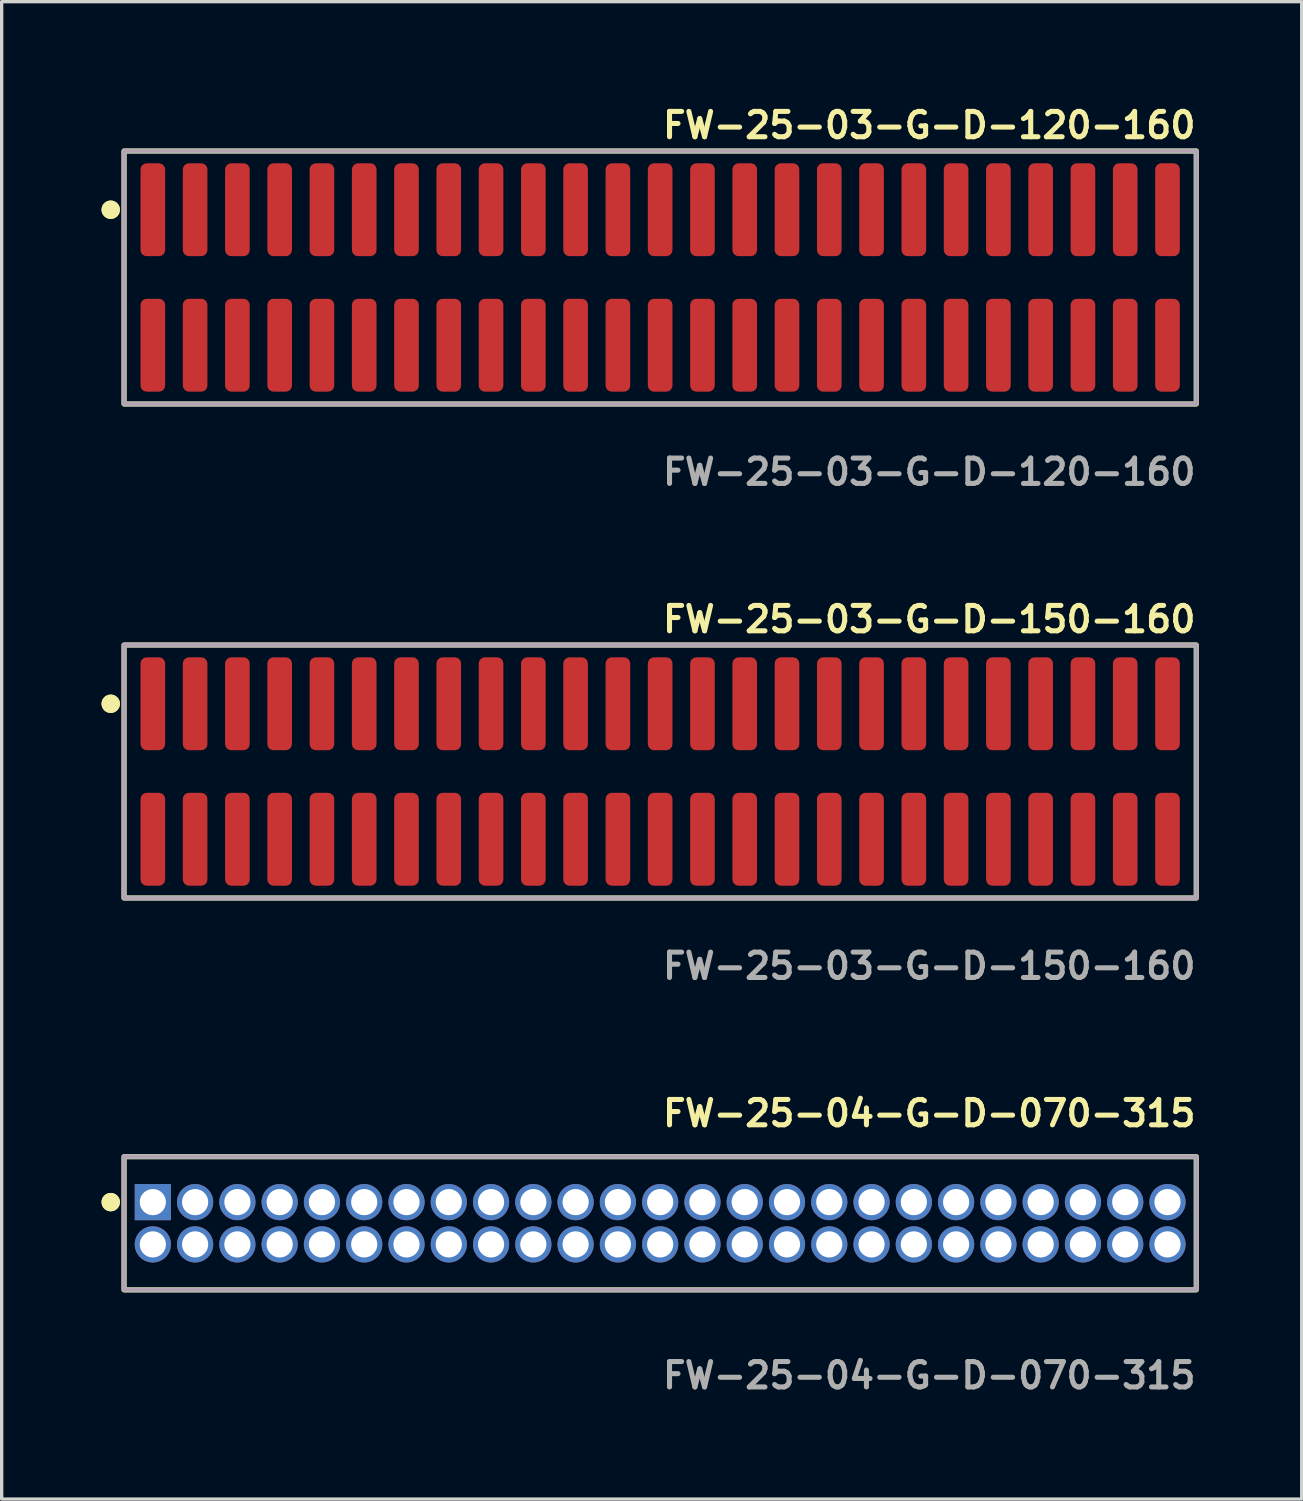
<source format=kicad_pcb>
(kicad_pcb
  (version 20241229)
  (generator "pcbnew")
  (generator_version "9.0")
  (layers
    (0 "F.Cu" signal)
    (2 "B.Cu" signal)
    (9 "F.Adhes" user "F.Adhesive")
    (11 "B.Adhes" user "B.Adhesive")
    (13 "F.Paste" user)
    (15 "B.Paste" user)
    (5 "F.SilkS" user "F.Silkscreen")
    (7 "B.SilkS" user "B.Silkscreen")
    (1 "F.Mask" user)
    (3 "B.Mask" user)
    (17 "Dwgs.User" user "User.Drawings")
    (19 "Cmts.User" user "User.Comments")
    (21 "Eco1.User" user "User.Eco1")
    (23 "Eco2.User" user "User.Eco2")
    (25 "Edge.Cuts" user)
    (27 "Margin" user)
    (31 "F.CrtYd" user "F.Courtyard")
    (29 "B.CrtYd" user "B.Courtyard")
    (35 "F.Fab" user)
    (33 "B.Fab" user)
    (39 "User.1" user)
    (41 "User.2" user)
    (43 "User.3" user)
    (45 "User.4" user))
  (footprint "FW-25-03-G-D-150-160"
    (layer "F.Cu")
    (at 16.781 20.126)
    (property "Reference" "FW-25-03-G-D-150-160" (at 0 -4.572 0) (unlocked yes) (layer "F.SilkS") (effects (font (size 0.762 0.762) (thickness 0.152)) (justify left)))
    (fp_rect (start -16.105 3.8) (end 16.105 -3.8) (stroke (width 0.152) (type solid)) (fill no) (layer "F.SilkS"))
    (fp_circle (center -16.505 -2.035) (end -16.705 -2.035) (stroke (width 0.152) (type solid)) (fill yes) (layer "F.SilkS"))
    (fp_circle (center -16.505 -2.035) (end -16.705 -2.035) (stroke (width 0.152) (type solid)) (fill yes) (layer "F.SilkS"))
    (fp_rect (start -16.105 3.8) (end 16.105 -3.8) (stroke (width 0.006) (type solid)) (fill no) (layer "F.CrtYd"))
    (fp_rect (start -16.105 3.8) (end 16.105 -3.8) (stroke (width 0.152) (type solid)) (fill no) (layer "F.Fab"))
    (fp_text user "${REFERENCE}" (at 0 5.842 0) (unlocked yes) (layer "F.Fab") (effects (font (size 0.762 0.762) (thickness 0.152)) (justify left)))
    (pad "1" smd roundrect (at -15.24 -2.035) (size 0.74 2.79) (layers "F.Cu" "F.Paste") (roundrect_rratio 0.25))
    (pad "2" smd roundrect (at -15.24 2.035) (size 0.74 2.79) (layers "F.Cu" "F.Paste") (roundrect_rratio 0.25))
    (pad "3" smd roundrect (at -13.97 -2.035) (size 0.74 2.79) (layers "F.Cu" "F.Paste") (roundrect_rratio 0.25))
    (pad "4" smd roundrect (at -13.97 2.035) (size 0.74 2.79) (layers "F.Cu" "F.Paste") (roundrect_rratio 0.25))
    (pad "5" smd roundrect (at -12.7 -2.035) (size 0.74 2.79) (layers "F.Cu" "F.Paste") (roundrect_rratio 0.25))
    (pad "6" smd roundrect (at -12.7 2.035) (size 0.74 2.79) (layers "F.Cu" "F.Paste") (roundrect_rratio 0.25))
    (pad "7" smd roundrect (at -11.43 -2.035) (size 0.74 2.79) (layers "F.Cu" "F.Paste") (roundrect_rratio 0.25))
    (pad "8" smd roundrect (at -11.43 2.035) (size 0.74 2.79) (layers "F.Cu" "F.Paste") (roundrect_rratio 0.25))
    (pad "9" smd roundrect (at -10.16 -2.035) (size 0.74 2.79) (layers "F.Cu" "F.Paste") (roundrect_rratio 0.25))
    (pad "10" smd roundrect (at -10.16 2.035) (size 0.74 2.79) (layers "F.Cu" "F.Paste") (roundrect_rratio 0.25))
    (pad "11" smd roundrect (at -8.89 -2.035) (size 0.74 2.79) (layers "F.Cu" "F.Paste") (roundrect_rratio 0.25))
    (pad "12" smd roundrect (at -8.89 2.035) (size 0.74 2.79) (layers "F.Cu" "F.Paste") (roundrect_rratio 0.25))
    (pad "13" smd roundrect (at -7.62 -2.035) (size 0.74 2.79) (layers "F.Cu" "F.Paste") (roundrect_rratio 0.25))
    (pad "14" smd roundrect (at -7.62 2.035) (size 0.74 2.79) (layers "F.Cu" "F.Paste") (roundrect_rratio 0.25))
    (pad "15" smd roundrect (at -6.35 -2.035) (size 0.74 2.79) (layers "F.Cu" "F.Paste") (roundrect_rratio 0.25))
    (pad "16" smd roundrect (at -6.35 2.035) (size 0.74 2.79) (layers "F.Cu" "F.Paste") (roundrect_rratio 0.25))
    (pad "17" smd roundrect (at -5.08 -2.035) (size 0.74 2.79) (layers "F.Cu" "F.Paste") (roundrect_rratio 0.25))
    (pad "18" smd roundrect (at -5.08 2.035) (size 0.74 2.79) (layers "F.Cu" "F.Paste") (roundrect_rratio 0.25))
    (pad "19" smd roundrect (at -3.81 -2.035) (size 0.74 2.79) (layers "F.Cu" "F.Paste") (roundrect_rratio 0.25))
    (pad "20" smd roundrect (at -3.81 2.035) (size 0.74 2.79) (layers "F.Cu" "F.Paste") (roundrect_rratio 0.25))
    (pad "21" smd roundrect (at -2.54 -2.035) (size 0.74 2.79) (layers "F.Cu" "F.Paste") (roundrect_rratio 0.25))
    (pad "22" smd roundrect (at -2.54 2.035) (size 0.74 2.79) (layers "F.Cu" "F.Paste") (roundrect_rratio 0.25))
    (pad "23" smd roundrect (at -1.27 -2.035) (size 0.74 2.79) (layers "F.Cu" "F.Paste") (roundrect_rratio 0.25))
    (pad "24" smd roundrect (at -1.27 2.035) (size 0.74 2.79) (layers "F.Cu" "F.Paste") (roundrect_rratio 0.25))
    (pad "25" smd roundrect (at 0 -2.035) (size 0.74 2.79) (layers "F.Cu" "F.Paste") (roundrect_rratio 0.25))
    (pad "26" smd roundrect (at 0 2.035) (size 0.74 2.79) (layers "F.Cu" "F.Paste") (roundrect_rratio 0.25))
    (pad "27" smd roundrect (at 1.27 -2.035) (size 0.74 2.79) (layers "F.Cu" "F.Paste") (roundrect_rratio 0.25))
    (pad "28" smd roundrect (at 1.27 2.035) (size 0.74 2.79) (layers "F.Cu" "F.Paste") (roundrect_rratio 0.25))
    (pad "29" smd roundrect (at 2.54 -2.035) (size 0.74 2.79) (layers "F.Cu" "F.Paste") (roundrect_rratio 0.25))
    (pad "30" smd roundrect (at 2.54 2.035) (size 0.74 2.79) (layers "F.Cu" "F.Paste") (roundrect_rratio 0.25))
    (pad "31" smd roundrect (at 3.81 -2.035) (size 0.74 2.79) (layers "F.Cu" "F.Paste") (roundrect_rratio 0.25))
    (pad "32" smd roundrect (at 3.81 2.035) (size 0.74 2.79) (layers "F.Cu" "F.Paste") (roundrect_rratio 0.25))
    (pad "33" smd roundrect (at 5.08 -2.035) (size 0.74 2.79) (layers "F.Cu" "F.Paste") (roundrect_rratio 0.25))
    (pad "34" smd roundrect (at 5.08 2.035) (size 0.74 2.79) (layers "F.Cu" "F.Paste") (roundrect_rratio 0.25))
    (pad "35" smd roundrect (at 6.35 -2.035) (size 0.74 2.79) (layers "F.Cu" "F.Paste") (roundrect_rratio 0.25))
    (pad "36" smd roundrect (at 6.35 2.035) (size 0.74 2.79) (layers "F.Cu" "F.Paste") (roundrect_rratio 0.25))
    (pad "37" smd roundrect (at 7.62 -2.035) (size 0.74 2.79) (layers "F.Cu" "F.Paste") (roundrect_rratio 0.25))
    (pad "38" smd roundrect (at 7.62 2.035) (size 0.74 2.79) (layers "F.Cu" "F.Paste") (roundrect_rratio 0.25))
    (pad "39" smd roundrect (at 8.89 -2.035) (size 0.74 2.79) (layers "F.Cu" "F.Paste") (roundrect_rratio 0.25))
    (pad "40" smd roundrect (at 8.89 2.035) (size 0.74 2.79) (layers "F.Cu" "F.Paste") (roundrect_rratio 0.25))
    (pad "41" smd roundrect (at 10.16 -2.035) (size 0.74 2.79) (layers "F.Cu" "F.Paste") (roundrect_rratio 0.25))
    (pad "42" smd roundrect (at 10.16 2.035) (size 0.74 2.79) (layers "F.Cu" "F.Paste") (roundrect_rratio 0.25))
    (pad "43" smd roundrect (at 11.43 -2.035) (size 0.74 2.79) (layers "F.Cu" "F.Paste") (roundrect_rratio 0.25))
    (pad "44" smd roundrect (at 11.43 2.035) (size 0.74 2.79) (layers "F.Cu" "F.Paste") (roundrect_rratio 0.25))
    (pad "45" smd roundrect (at 12.7 -2.035) (size 0.74 2.79) (layers "F.Cu" "F.Paste") (roundrect_rratio 0.25))
    (pad "46" smd roundrect (at 12.7 2.035) (size 0.74 2.79) (layers "F.Cu" "F.Paste") (roundrect_rratio 0.25))
    (pad "47" smd roundrect (at 13.97 -2.035) (size 0.74 2.79) (layers "F.Cu" "F.Paste") (roundrect_rratio 0.25))
    (pad "48" smd roundrect (at 13.97 2.035) (size 0.74 2.79) (layers "F.Cu" "F.Paste") (roundrect_rratio 0.25))
    (pad "49" smd roundrect (at 15.24 -2.035) (size 0.74 2.79) (layers "F.Cu" "F.Paste") (roundrect_rratio 0.25))
    (pad "50" smd roundrect (at 15.24 2.035) (size 0.74 2.79) (layers "F.Cu" "F.Paste") (roundrect_rratio 0.25)))
  (footprint "FW-25-03-G-D-120-160"
    (layer "F.Cu")
    (at 16.781 5.285)
    (property "Reference" "FW-25-03-G-D-120-160" (at 0 -4.572 0) (unlocked yes) (layer "F.SilkS") (effects (font (size 0.762 0.762) (thickness 0.152)) (justify left)))
    (fp_rect (start -16.105 3.8) (end 16.105 -3.8) (stroke (width 0.152) (type solid)) (fill no) (layer "F.SilkS"))
    (fp_circle (center -16.505 -2.035) (end -16.705 -2.035) (stroke (width 0.152) (type solid)) (fill yes) (layer "F.SilkS"))
    (fp_circle (center -16.505 -2.035) (end -16.705 -2.035) (stroke (width 0.152) (type solid)) (fill yes) (layer "F.SilkS"))
    (fp_rect (start -16.105 3.8) (end 16.105 -3.8) (stroke (width 0.006) (type solid)) (fill no) (layer "F.CrtYd"))
    (fp_rect (start -16.105 3.8) (end 16.105 -3.8) (stroke (width 0.152) (type solid)) (fill no) (layer "F.Fab"))
    (fp_text user "${REFERENCE}" (at 0 5.842 0) (unlocked yes) (layer "F.Fab") (effects (font (size 0.762 0.762) (thickness 0.152)) (justify left)))
    (pad "1" smd roundrect (at -15.24 -2.035) (size 0.74 2.79) (layers "F.Cu" "F.Paste") (roundrect_rratio 0.25))
    (pad "2" smd roundrect (at -15.24 2.035) (size 0.74 2.79) (layers "F.Cu" "F.Paste") (roundrect_rratio 0.25))
    (pad "3" smd roundrect (at -13.97 -2.035) (size 0.74 2.79) (layers "F.Cu" "F.Paste") (roundrect_rratio 0.25))
    (pad "4" smd roundrect (at -13.97 2.035) (size 0.74 2.79) (layers "F.Cu" "F.Paste") (roundrect_rratio 0.25))
    (pad "5" smd roundrect (at -12.7 -2.035) (size 0.74 2.79) (layers "F.Cu" "F.Paste") (roundrect_rratio 0.25))
    (pad "6" smd roundrect (at -12.7 2.035) (size 0.74 2.79) (layers "F.Cu" "F.Paste") (roundrect_rratio 0.25))
    (pad "7" smd roundrect (at -11.43 -2.035) (size 0.74 2.79) (layers "F.Cu" "F.Paste") (roundrect_rratio 0.25))
    (pad "8" smd roundrect (at -11.43 2.035) (size 0.74 2.79) (layers "F.Cu" "F.Paste") (roundrect_rratio 0.25))
    (pad "9" smd roundrect (at -10.16 -2.035) (size 0.74 2.79) (layers "F.Cu" "F.Paste") (roundrect_rratio 0.25))
    (pad "10" smd roundrect (at -10.16 2.035) (size 0.74 2.79) (layers "F.Cu" "F.Paste") (roundrect_rratio 0.25))
    (pad "11" smd roundrect (at -8.89 -2.035) (size 0.74 2.79) (layers "F.Cu" "F.Paste") (roundrect_rratio 0.25))
    (pad "12" smd roundrect (at -8.89 2.035) (size 0.74 2.79) (layers "F.Cu" "F.Paste") (roundrect_rratio 0.25))
    (pad "13" smd roundrect (at -7.62 -2.035) (size 0.74 2.79) (layers "F.Cu" "F.Paste") (roundrect_rratio 0.25))
    (pad "14" smd roundrect (at -7.62 2.035) (size 0.74 2.79) (layers "F.Cu" "F.Paste") (roundrect_rratio 0.25))
    (pad "15" smd roundrect (at -6.35 -2.035) (size 0.74 2.79) (layers "F.Cu" "F.Paste") (roundrect_rratio 0.25))
    (pad "16" smd roundrect (at -6.35 2.035) (size 0.74 2.79) (layers "F.Cu" "F.Paste") (roundrect_rratio 0.25))
    (pad "17" smd roundrect (at -5.08 -2.035) (size 0.74 2.79) (layers "F.Cu" "F.Paste") (roundrect_rratio 0.25))
    (pad "18" smd roundrect (at -5.08 2.035) (size 0.74 2.79) (layers "F.Cu" "F.Paste") (roundrect_rratio 0.25))
    (pad "19" smd roundrect (at -3.81 -2.035) (size 0.74 2.79) (layers "F.Cu" "F.Paste") (roundrect_rratio 0.25))
    (pad "20" smd roundrect (at -3.81 2.035) (size 0.74 2.79) (layers "F.Cu" "F.Paste") (roundrect_rratio 0.25))
    (pad "21" smd roundrect (at -2.54 -2.035) (size 0.74 2.79) (layers "F.Cu" "F.Paste") (roundrect_rratio 0.25))
    (pad "22" smd roundrect (at -2.54 2.035) (size 0.74 2.79) (layers "F.Cu" "F.Paste") (roundrect_rratio 0.25))
    (pad "23" smd roundrect (at -1.27 -2.035) (size 0.74 2.79) (layers "F.Cu" "F.Paste") (roundrect_rratio 0.25))
    (pad "24" smd roundrect (at -1.27 2.035) (size 0.74 2.79) (layers "F.Cu" "F.Paste") (roundrect_rratio 0.25))
    (pad "25" smd roundrect (at 0 -2.035) (size 0.74 2.79) (layers "F.Cu" "F.Paste") (roundrect_rratio 0.25))
    (pad "26" smd roundrect (at 0 2.035) (size 0.74 2.79) (layers "F.Cu" "F.Paste") (roundrect_rratio 0.25))
    (pad "27" smd roundrect (at 1.27 -2.035) (size 0.74 2.79) (layers "F.Cu" "F.Paste") (roundrect_rratio 0.25))
    (pad "28" smd roundrect (at 1.27 2.035) (size 0.74 2.79) (layers "F.Cu" "F.Paste") (roundrect_rratio 0.25))
    (pad "29" smd roundrect (at 2.54 -2.035) (size 0.74 2.79) (layers "F.Cu" "F.Paste") (roundrect_rratio 0.25))
    (pad "30" smd roundrect (at 2.54 2.035) (size 0.74 2.79) (layers "F.Cu" "F.Paste") (roundrect_rratio 0.25))
    (pad "31" smd roundrect (at 3.81 -2.035) (size 0.74 2.79) (layers "F.Cu" "F.Paste") (roundrect_rratio 0.25))
    (pad "32" smd roundrect (at 3.81 2.035) (size 0.74 2.79) (layers "F.Cu" "F.Paste") (roundrect_rratio 0.25))
    (pad "33" smd roundrect (at 5.08 -2.035) (size 0.74 2.79) (layers "F.Cu" "F.Paste") (roundrect_rratio 0.25))
    (pad "34" smd roundrect (at 5.08 2.035) (size 0.74 2.79) (layers "F.Cu" "F.Paste") (roundrect_rratio 0.25))
    (pad "35" smd roundrect (at 6.35 -2.035) (size 0.74 2.79) (layers "F.Cu" "F.Paste") (roundrect_rratio 0.25))
    (pad "36" smd roundrect (at 6.35 2.035) (size 0.74 2.79) (layers "F.Cu" "F.Paste") (roundrect_rratio 0.25))
    (pad "37" smd roundrect (at 7.62 -2.035) (size 0.74 2.79) (layers "F.Cu" "F.Paste") (roundrect_rratio 0.25))
    (pad "38" smd roundrect (at 7.62 2.035) (size 0.74 2.79) (layers "F.Cu" "F.Paste") (roundrect_rratio 0.25))
    (pad "39" smd roundrect (at 8.89 -2.035) (size 0.74 2.79) (layers "F.Cu" "F.Paste") (roundrect_rratio 0.25))
    (pad "40" smd roundrect (at 8.89 2.035) (size 0.74 2.79) (layers "F.Cu" "F.Paste") (roundrect_rratio 0.25))
    (pad "41" smd roundrect (at 10.16 -2.035) (size 0.74 2.79) (layers "F.Cu" "F.Paste") (roundrect_rratio 0.25))
    (pad "42" smd roundrect (at 10.16 2.035) (size 0.74 2.79) (layers "F.Cu" "F.Paste") (roundrect_rratio 0.25))
    (pad "43" smd roundrect (at 11.43 -2.035) (size 0.74 2.79) (layers "F.Cu" "F.Paste") (roundrect_rratio 0.25))
    (pad "44" smd roundrect (at 11.43 2.035) (size 0.74 2.79) (layers "F.Cu" "F.Paste") (roundrect_rratio 0.25))
    (pad "45" smd roundrect (at 12.7 -2.035) (size 0.74 2.79) (layers "F.Cu" "F.Paste") (roundrect_rratio 0.25))
    (pad "46" smd roundrect (at 12.7 2.035) (size 0.74 2.79) (layers "F.Cu" "F.Paste") (roundrect_rratio 0.25))
    (pad "47" smd roundrect (at 13.97 -2.035) (size 0.74 2.79) (layers "F.Cu" "F.Paste") (roundrect_rratio 0.25))
    (pad "48" smd roundrect (at 13.97 2.035) (size 0.74 2.79) (layers "F.Cu" "F.Paste") (roundrect_rratio 0.25))
    (pad "49" smd roundrect (at 15.24 -2.035) (size 0.74 2.79) (layers "F.Cu" "F.Paste") (roundrect_rratio 0.25))
    (pad "50" smd roundrect (at 15.24 2.035) (size 0.74 2.79) (layers "F.Cu" "F.Paste") (roundrect_rratio 0.25)))
  (footprint "FW-25-04-G-D-070-315"
    (layer "F.Cu")
    (at 16.781 33.696)
    (property "Reference" "FW-25-04-G-D-070-315" (at 0 -3.302 0) (unlocked yes) (layer "F.SilkS") (effects (font (size 0.762 0.762) (thickness 0.152)) (justify left)))
    (fp_rect (start -16.105 2) (end 16.105 -2) (stroke (width 0.152) (type solid)) (fill no) (layer "F.SilkS"))
    (fp_circle (center -16.505 -0.635) (end -16.705 -0.635) (stroke (width 0.152) (type solid)) (fill yes) (layer "F.SilkS"))
    (fp_circle (center -16.505 -0.635) (end -16.705 -0.635) (stroke (width 0.152) (type solid)) (fill yes) (layer "F.SilkS"))
    (fp_rect (start -16.105 2) (end 16.105 -2) (stroke (width 0.006) (type solid)) (fill no) (layer "F.CrtYd"))
    (fp_rect (start -16.105 2) (end 16.105 -2) (stroke (width 0.152) (type solid)) (fill no) (layer "F.Fab"))
    (fp_text user "${REFERENCE}" (at 0 4.572 0) (unlocked yes) (layer "F.Fab") (effects (font (size 0.762 0.762) (thickness 0.152)) (justify left)))
    (pad "1" thru_hole rect (at -15.24 -0.635) (size 1.087 1.087) (drill 0.787) (layers "*.Cu" "*.Mask"))
    (pad "2" thru_hole circle (at -15.24 0.635) (size 1.087 1.087) (drill 0.787) (layers "*.Cu" "*.Mask"))
    (pad "3" thru_hole circle (at -13.97 -0.635) (size 1.087 1.087) (drill 0.787) (layers "*.Cu" "*.Mask"))
    (pad "4" thru_hole circle (at -13.97 0.635) (size 1.087 1.087) (drill 0.787) (layers "*.Cu" "*.Mask"))
    (pad "5" thru_hole circle (at -12.7 -0.635) (size 1.087 1.087) (drill 0.787) (layers "*.Cu" "*.Mask"))
    (pad "6" thru_hole circle (at -12.7 0.635) (size 1.087 1.087) (drill 0.787) (layers "*.Cu" "*.Mask"))
    (pad "7" thru_hole circle (at -11.43 -0.635) (size 1.087 1.087) (drill 0.787) (layers "*.Cu" "*.Mask"))
    (pad "8" thru_hole circle (at -11.43 0.635) (size 1.087 1.087) (drill 0.787) (layers "*.Cu" "*.Mask"))
    (pad "9" thru_hole circle (at -10.16 -0.635) (size 1.087 1.087) (drill 0.787) (layers "*.Cu" "*.Mask"))
    (pad "10" thru_hole circle (at -10.16 0.635) (size 1.087 1.087) (drill 0.787) (layers "*.Cu" "*.Mask"))
    (pad "11" thru_hole circle (at -8.89 -0.635) (size 1.087 1.087) (drill 0.787) (layers "*.Cu" "*.Mask"))
    (pad "12" thru_hole circle (at -8.89 0.635) (size 1.087 1.087) (drill 0.787) (layers "*.Cu" "*.Mask"))
    (pad "13" thru_hole circle (at -7.62 -0.635) (size 1.087 1.087) (drill 0.787) (layers "*.Cu" "*.Mask"))
    (pad "14" thru_hole circle (at -7.62 0.635) (size 1.087 1.087) (drill 0.787) (layers "*.Cu" "*.Mask"))
    (pad "15" thru_hole circle (at -6.35 -0.635) (size 1.087 1.087) (drill 0.787) (layers "*.Cu" "*.Mask"))
    (pad "16" thru_hole circle (at -6.35 0.635) (size 1.087 1.087) (drill 0.787) (layers "*.Cu" "*.Mask"))
    (pad "17" thru_hole circle (at -5.08 -0.635) (size 1.087 1.087) (drill 0.787) (layers "*.Cu" "*.Mask"))
    (pad "18" thru_hole circle (at -5.08 0.635) (size 1.087 1.087) (drill 0.787) (layers "*.Cu" "*.Mask"))
    (pad "19" thru_hole circle (at -3.81 -0.635) (size 1.087 1.087) (drill 0.787) (layers "*.Cu" "*.Mask"))
    (pad "20" thru_hole circle (at -3.81 0.635) (size 1.087 1.087) (drill 0.787) (layers "*.Cu" "*.Mask"))
    (pad "21" thru_hole circle (at -2.54 -0.635) (size 1.087 1.087) (drill 0.787) (layers "*.Cu" "*.Mask"))
    (pad "22" thru_hole circle (at -2.54 0.635) (size 1.087 1.087) (drill 0.787) (layers "*.Cu" "*.Mask"))
    (pad "23" thru_hole circle (at -1.27 -0.635) (size 1.087 1.087) (drill 0.787) (layers "*.Cu" "*.Mask"))
    (pad "24" thru_hole circle (at -1.27 0.635) (size 1.087 1.087) (drill 0.787) (layers "*.Cu" "*.Mask"))
    (pad "25" thru_hole circle (at 0 -0.635) (size 1.087 1.087) (drill 0.787) (layers "*.Cu" "*.Mask"))
    (pad "26" thru_hole circle (at 0 0.635) (size 1.087 1.087) (drill 0.787) (layers "*.Cu" "*.Mask"))
    (pad "27" thru_hole circle (at 1.27 -0.635) (size 1.087 1.087) (drill 0.787) (layers "*.Cu" "*.Mask"))
    (pad "28" thru_hole circle (at 1.27 0.635) (size 1.087 1.087) (drill 0.787) (layers "*.Cu" "*.Mask"))
    (pad "29" thru_hole circle (at 2.54 -0.635) (size 1.087 1.087) (drill 0.787) (layers "*.Cu" "*.Mask"))
    (pad "30" thru_hole circle (at 2.54 0.635) (size 1.087 1.087) (drill 0.787) (layers "*.Cu" "*.Mask"))
    (pad "31" thru_hole circle (at 3.81 -0.635) (size 1.087 1.087) (drill 0.787) (layers "*.Cu" "*.Mask"))
    (pad "32" thru_hole circle (at 3.81 0.635) (size 1.087 1.087) (drill 0.787) (layers "*.Cu" "*.Mask"))
    (pad "33" thru_hole circle (at 5.08 -0.635) (size 1.087 1.087) (drill 0.787) (layers "*.Cu" "*.Mask"))
    (pad "34" thru_hole circle (at 5.08 0.635) (size 1.087 1.087) (drill 0.787) (layers "*.Cu" "*.Mask"))
    (pad "35" thru_hole circle (at 6.35 -0.635) (size 1.087 1.087) (drill 0.787) (layers "*.Cu" "*.Mask"))
    (pad "36" thru_hole circle (at 6.35 0.635) (size 1.087 1.087) (drill 0.787) (layers "*.Cu" "*.Mask"))
    (pad "37" thru_hole circle (at 7.62 -0.635) (size 1.087 1.087) (drill 0.787) (layers "*.Cu" "*.Mask"))
    (pad "38" thru_hole circle (at 7.62 0.635) (size 1.087 1.087) (drill 0.787) (layers "*.Cu" "*.Mask"))
    (pad "39" thru_hole circle (at 8.89 -0.635) (size 1.087 1.087) (drill 0.787) (layers "*.Cu" "*.Mask"))
    (pad "40" thru_hole circle (at 8.89 0.635) (size 1.087 1.087) (drill 0.787) (layers "*.Cu" "*.Mask"))
    (pad "41" thru_hole circle (at 10.16 -0.635) (size 1.087 1.087) (drill 0.787) (layers "*.Cu" "*.Mask"))
    (pad "42" thru_hole circle (at 10.16 0.635) (size 1.087 1.087) (drill 0.787) (layers "*.Cu" "*.Mask"))
    (pad "43" thru_hole circle (at 11.43 -0.635) (size 1.087 1.087) (drill 0.787) (layers "*.Cu" "*.Mask"))
    (pad "44" thru_hole circle (at 11.43 0.635) (size 1.087 1.087) (drill 0.787) (layers "*.Cu" "*.Mask"))
    (pad "45" thru_hole circle (at 12.7 -0.635) (size 1.087 1.087) (drill 0.787) (layers "*.Cu" "*.Mask"))
    (pad "46" thru_hole circle (at 12.7 0.635) (size 1.087 1.087) (drill 0.787) (layers "*.Cu" "*.Mask"))
    (pad "47" thru_hole circle (at 13.97 -0.635) (size 1.087 1.087) (drill 0.787) (layers "*.Cu" "*.Mask"))
    (pad "48" thru_hole circle (at 13.97 0.635) (size 1.087 1.087) (drill 0.787) (layers "*.Cu" "*.Mask"))
    (pad "49" thru_hole circle (at 15.24 -0.635) (size 1.087 1.087) (drill 0.787) (layers "*.Cu" "*.Mask"))
    (pad "50" thru_hole circle (at 15.24 0.635) (size 1.087 1.087) (drill 0.787) (layers "*.Cu" "*.Mask")))
  (gr_rect
    (start -3 -3)
    (end 36.052 41.981)
    (stroke (width 0.1) (type default))
    (fill no)
    (layer "Edge.Cuts")))
</source>
